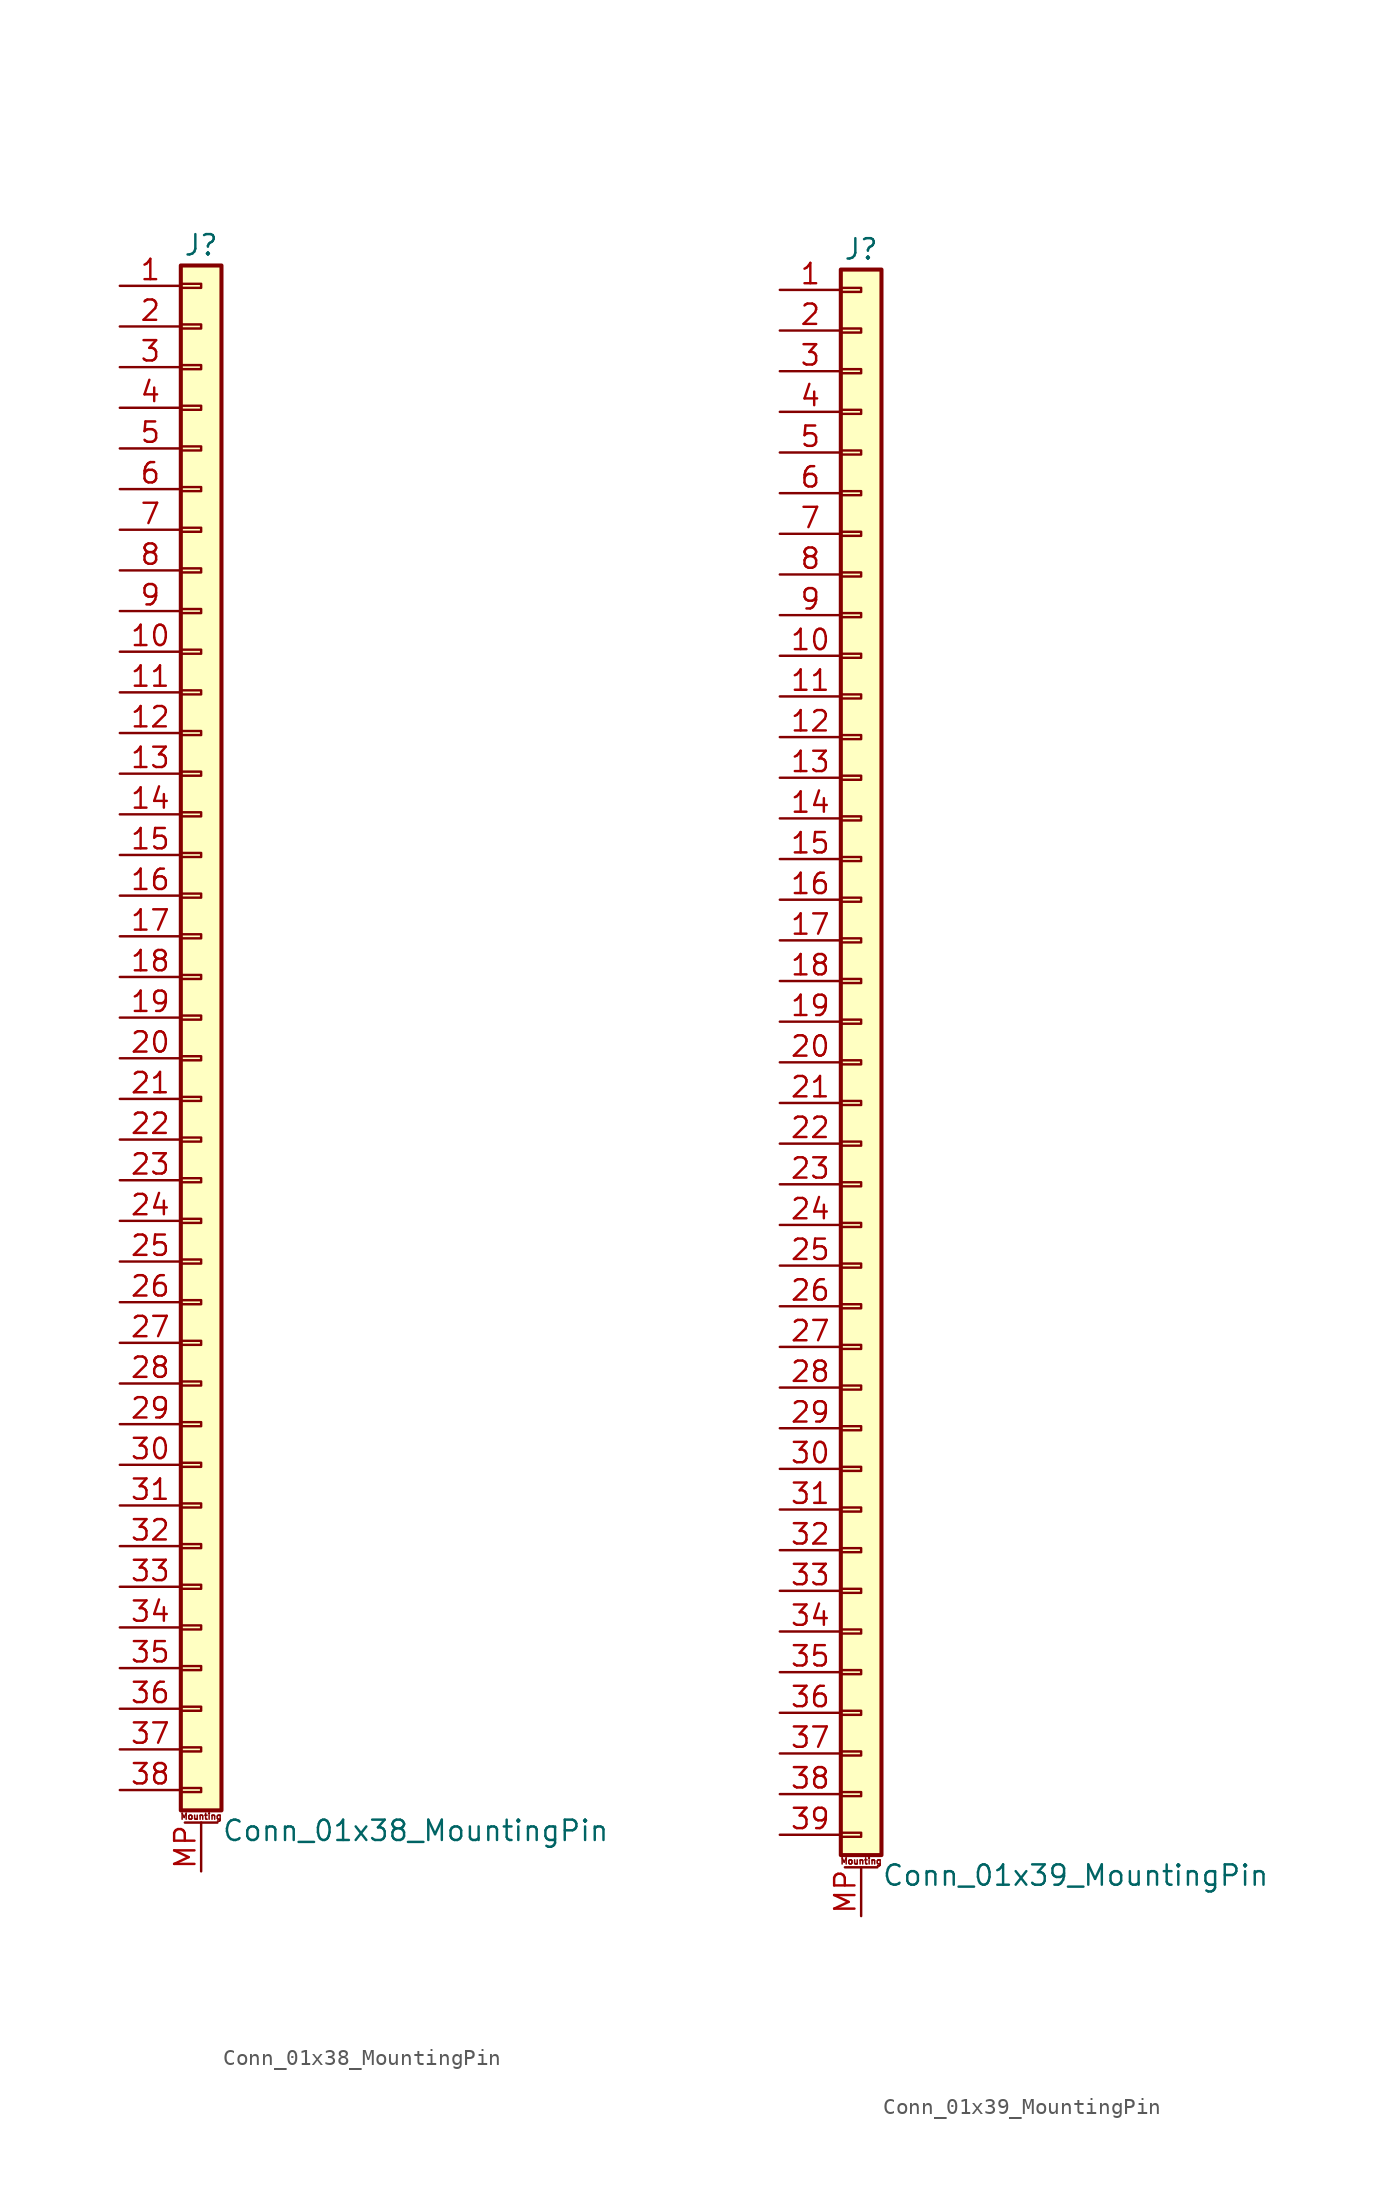
<source format=kicad_sym>
(kicad_symbol_lib
  (version 20201005)
  (generator kicad_symbol_editor)
  (symbol "Connector_Generic_MountingPin:Conn_01x38_MountingPin"
    (pin_names
      (offset 1.016) hide)
    (property "Reference" "J"
      (at 0 48.26 0)
      (effects (font (size 1.27 1.27))))
    (property "Value" "Conn_01x38_MountingPin"
      (at 1.27 -50.8 0)
      (effects (font (size 1.27 1.27)) (justify left)))
    (symbol "Conn_01x38_MountingPin_1_1"
      (text "Mounting" (at 0 -49.911 0) (effects (font (size 0.381 0.381))))
      (rectangle (start -1.27 -27.813) (end 0 -28.067) (stroke (width 0.152)) (fill (type none)))
      (rectangle (start -1.27 -30.353) (end 0 -30.607) (stroke (width 0.152)) (fill (type none)))
      (rectangle (start -1.27 -32.893) (end 0 -33.147) (stroke (width 0.152)) (fill (type none)))
      (rectangle (start -1.27 -35.433) (end 0 -35.687) (stroke (width 0.152)) (fill (type none)))
      (rectangle (start -1.27 -37.973) (end 0 -38.227) (stroke (width 0.152)) (fill (type none)))
      (rectangle (start -1.27 -40.513) (end 0 -40.767) (stroke (width 0.152)) (fill (type none)))
      (rectangle (start -1.27 -43.053) (end 0 -43.307) (stroke (width 0.152)) (fill (type none)))
      (rectangle (start -1.27 -45.593) (end 0 -45.847) (stroke (width 0.152)) (fill (type none)))
      (rectangle (start -1.27 -48.133) (end 0 -48.387) (stroke (width 0.152)) (fill (type none)))
      (rectangle (start -1.27 -4.953) (end 0 -5.207) (stroke (width 0.152)) (fill (type none)))
      (rectangle (start -1.27 -7.493) (end 0 -7.747) (stroke (width 0.152)) (fill (type none)))
      (rectangle (start -1.27 -10.033) (end 0 -10.287) (stroke (width 0.152)) (fill (type none)))
      (rectangle (start -1.27 -12.573) (end 0 -12.827) (stroke (width 0.152)) (fill (type none)))
      (rectangle (start -1.27 -15.113) (end 0 -15.367) (stroke (width 0.152)) (fill (type none)))
      (rectangle (start -1.27 -17.653) (end 0 -17.907) (stroke (width 0.152)) (fill (type none)))
      (rectangle (start -1.27 -20.193) (end 0 -20.447) (stroke (width 0.152)) (fill (type none)))
      (rectangle (start -1.27 -22.733) (end 0 -22.987) (stroke (width 0.152)) (fill (type none)))
      (rectangle (start -1.27 -2.413) (end 0 -2.667) (stroke (width 0.152)) (fill (type none)))
      (rectangle (start -1.27 -25.273) (end 0 -25.527) (stroke (width 0.152)) (fill (type none)))
      (rectangle (start -1.27 25.527) (end 0 25.273) (stroke (width 0.152)) (fill (type none)))
      (rectangle (start -1.27 2.667) (end 0 2.413) (stroke (width 0.152)) (fill (type none)))
      (rectangle (start -1.27 28.067) (end 0 27.813) (stroke (width 0.152)) (fill (type none)))
      (rectangle (start -1.27 30.607) (end 0 30.353) (stroke (width 0.152)) (fill (type none)))
      (rectangle (start -1.27 33.147) (end 0 32.893) (stroke (width 0.152)) (fill (type none)))
      (rectangle (start -1.27 35.687) (end 0 35.433) (stroke (width 0.152)) (fill (type none)))
      (rectangle (start -1.27 38.227) (end 0 37.973) (stroke (width 0.152)) (fill (type none)))
      (rectangle (start -1.27 40.767) (end 0 40.513) (stroke (width 0.152)) (fill (type none)))
      (rectangle (start -1.27 43.307) (end 0 43.053) (stroke (width 0.152)) (fill (type none)))
      (rectangle (start -1.27 45.847) (end 0 45.593) (stroke (width 0.152)) (fill (type none)))
      (rectangle (start -1.27 46.99) (end 1.27 -49.53) (stroke (width 0.254)) (fill (type background)))
      (rectangle (start -1.27 5.207) (end 0 4.953) (stroke (width 0.152)) (fill (type none)))
      (rectangle (start -1.27 7.747) (end 0 7.493) (stroke (width 0.152)) (fill (type none)))
      (rectangle (start -1.27 10.287) (end 0 10.033) (stroke (width 0.152)) (fill (type none)))
      (rectangle (start -1.27 0.127) (end 0 -0.127) (stroke (width 0.152)) (fill (type none)))
      (rectangle (start -1.27 12.827) (end 0 12.573) (stroke (width 0.152)) (fill (type none)))
      (rectangle (start -1.27 15.367) (end 0 15.113) (stroke (width 0.152)) (fill (type none)))
      (rectangle (start -1.27 17.907) (end 0 17.653) (stroke (width 0.152)) (fill (type none)))
      (rectangle (start -1.27 20.447) (end 0 20.193) (stroke (width 0.152)) (fill (type none)))
      (rectangle (start -1.27 22.987) (end 0 22.733) (stroke (width 0.152)) (fill (type none)))
      (polyline (pts (xy -1.016 -50.292) (xy 1.016 -50.292)) (stroke (width 0.152)) (fill (type none)))
      (pin passive line (at 0 -53.34 90) (length 3.048) (name "MountPin" (effects (font (size 1.27 1.27)))) (number "MP" (effects (font (size 1.27 1.27)))))
      (pin passive line (at -5.08 45.72 0) (length 3.81) (name "Pin_1" (effects (font (size 1.27 1.27)))) (number "1" (effects (font (size 1.27 1.27)))))
      (pin passive line (at -5.08 22.86 0) (length 3.81) (name "Pin_10" (effects (font (size 1.27 1.27)))) (number "10" (effects (font (size 1.27 1.27)))))
      (pin passive line (at -5.08 20.32 0) (length 3.81) (name "Pin_11" (effects (font (size 1.27 1.27)))) (number "11" (effects (font (size 1.27 1.27)))))
      (pin passive line (at -5.08 17.78 0) (length 3.81) (name "Pin_12" (effects (font (size 1.27 1.27)))) (number "12" (effects (font (size 1.27 1.27)))))
      (pin passive line (at -5.08 15.24 0) (length 3.81) (name "Pin_13" (effects (font (size 1.27 1.27)))) (number "13" (effects (font (size 1.27 1.27)))))
      (pin passive line (at -5.08 12.7 0) (length 3.81) (name "Pin_14" (effects (font (size 1.27 1.27)))) (number "14" (effects (font (size 1.27 1.27)))))
      (pin passive line (at -5.08 10.16 0) (length 3.81) (name "Pin_15" (effects (font (size 1.27 1.27)))) (number "15" (effects (font (size 1.27 1.27)))))
      (pin passive line (at -5.08 7.62 0) (length 3.81) (name "Pin_16" (effects (font (size 1.27 1.27)))) (number "16" (effects (font (size 1.27 1.27)))))
      (pin passive line (at -5.08 5.08 0) (length 3.81) (name "Pin_17" (effects (font (size 1.27 1.27)))) (number "17" (effects (font (size 1.27 1.27)))))
      (pin passive line (at -5.08 2.54 0) (length 3.81) (name "Pin_18" (effects (font (size 1.27 1.27)))) (number "18" (effects (font (size 1.27 1.27)))))
      (pin passive line (at -5.08 0 0) (length 3.81) (name "Pin_19" (effects (font (size 1.27 1.27)))) (number "19" (effects (font (size 1.27 1.27)))))
      (pin passive line (at -5.08 43.18 0) (length 3.81) (name "Pin_2" (effects (font (size 1.27 1.27)))) (number "2" (effects (font (size 1.27 1.27)))))
      (pin passive line (at -5.08 -2.54 0) (length 3.81) (name "Pin_20" (effects (font (size 1.27 1.27)))) (number "20" (effects (font (size 1.27 1.27)))))
      (pin passive line (at -5.08 -5.08 0) (length 3.81) (name "Pin_21" (effects (font (size 1.27 1.27)))) (number "21" (effects (font (size 1.27 1.27)))))
      (pin passive line (at -5.08 -7.62 0) (length 3.81) (name "Pin_22" (effects (font (size 1.27 1.27)))) (number "22" (effects (font (size 1.27 1.27)))))
      (pin passive line (at -5.08 -10.16 0) (length 3.81) (name "Pin_23" (effects (font (size 1.27 1.27)))) (number "23" (effects (font (size 1.27 1.27)))))
      (pin passive line (at -5.08 -12.7 0) (length 3.81) (name "Pin_24" (effects (font (size 1.27 1.27)))) (number "24" (effects (font (size 1.27 1.27)))))
      (pin passive line (at -5.08 -15.24 0) (length 3.81) (name "Pin_25" (effects (font (size 1.27 1.27)))) (number "25" (effects (font (size 1.27 1.27)))))
      (pin passive line (at -5.08 -17.78 0) (length 3.81) (name "Pin_26" (effects (font (size 1.27 1.27)))) (number "26" (effects (font (size 1.27 1.27)))))
      (pin passive line (at -5.08 -20.32 0) (length 3.81) (name "Pin_27" (effects (font (size 1.27 1.27)))) (number "27" (effects (font (size 1.27 1.27)))))
      (pin passive line (at -5.08 -22.86 0) (length 3.81) (name "Pin_28" (effects (font (size 1.27 1.27)))) (number "28" (effects (font (size 1.27 1.27)))))
      (pin passive line (at -5.08 -25.4 0) (length 3.81) (name "Pin_29" (effects (font (size 1.27 1.27)))) (number "29" (effects (font (size 1.27 1.27)))))
      (pin passive line (at -5.08 40.64 0) (length 3.81) (name "Pin_3" (effects (font (size 1.27 1.27)))) (number "3" (effects (font (size 1.27 1.27)))))
      (pin passive line (at -5.08 -27.94 0) (length 3.81) (name "Pin_30" (effects (font (size 1.27 1.27)))) (number "30" (effects (font (size 1.27 1.27)))))
      (pin passive line (at -5.08 -30.48 0) (length 3.81) (name "Pin_31" (effects (font (size 1.27 1.27)))) (number "31" (effects (font (size 1.27 1.27)))))
      (pin passive line (at -5.08 -33.02 0) (length 3.81) (name "Pin_32" (effects (font (size 1.27 1.27)))) (number "32" (effects (font (size 1.27 1.27)))))
      (pin passive line (at -5.08 -35.56 0) (length 3.81) (name "Pin_33" (effects (font (size 1.27 1.27)))) (number "33" (effects (font (size 1.27 1.27)))))
      (pin passive line (at -5.08 -38.1 0) (length 3.81) (name "Pin_34" (effects (font (size 1.27 1.27)))) (number "34" (effects (font (size 1.27 1.27)))))
      (pin passive line (at -5.08 -40.64 0) (length 3.81) (name "Pin_35" (effects (font (size 1.27 1.27)))) (number "35" (effects (font (size 1.27 1.27)))))
      (pin passive line (at -5.08 -43.18 0) (length 3.81) (name "Pin_36" (effects (font (size 1.27 1.27)))) (number "36" (effects (font (size 1.27 1.27)))))
      (pin passive line (at -5.08 -45.72 0) (length 3.81) (name "Pin_37" (effects (font (size 1.27 1.27)))) (number "37" (effects (font (size 1.27 1.27)))))
      (pin passive line (at -5.08 -48.26 0) (length 3.81) (name "Pin_38" (effects (font (size 1.27 1.27)))) (number "38" (effects (font (size 1.27 1.27)))))
      (pin passive line (at -5.08 38.1 0) (length 3.81) (name "Pin_4" (effects (font (size 1.27 1.27)))) (number "4" (effects (font (size 1.27 1.27)))))
      (pin passive line (at -5.08 35.56 0) (length 3.81) (name "Pin_5" (effects (font (size 1.27 1.27)))) (number "5" (effects (font (size 1.27 1.27)))))
      (pin passive line (at -5.08 33.02 0) (length 3.81) (name "Pin_6" (effects (font (size 1.27 1.27)))) (number "6" (effects (font (size 1.27 1.27)))))
      (pin passive line (at -5.08 30.48 0) (length 3.81) (name "Pin_7" (effects (font (size 1.27 1.27)))) (number "7" (effects (font (size 1.27 1.27)))))
      (pin passive line (at -5.08 27.94 0) (length 3.81) (name "Pin_8" (effects (font (size 1.27 1.27)))) (number "8" (effects (font (size 1.27 1.27)))))
      (pin passive line (at -5.08 25.4 0) (length 3.81) (name "Pin_9" (effects (font (size 1.27 1.27)))) (number "9" (effects (font (size 1.27 1.27)))))))
  (symbol "Connector_Generic_MountingPin:Conn_01x39_MountingPin"
    (pin_names
      (offset 1.016) hide)
    (property "Reference" "J"
      (at 0 50.8 0)
      (effects (font (size 1.27 1.27))))
    (property "Value" "Conn_01x39_MountingPin"
      (at 1.27 -50.8 0)
      (effects (font (size 1.27 1.27)) (justify left)))
    (symbol "Conn_01x39_MountingPin_1_1"
      (text "Mounting" (at 0 -49.911 0) (effects (font (size 0.381 0.381))))
      (rectangle (start -1.27 -27.813) (end 0 -28.067) (stroke (width 0.152)) (fill (type none)))
      (rectangle (start -1.27 -30.353) (end 0 -30.607) (stroke (width 0.152)) (fill (type none)))
      (rectangle (start -1.27 -32.893) (end 0 -33.147) (stroke (width 0.152)) (fill (type none)))
      (rectangle (start -1.27 -35.433) (end 0 -35.687) (stroke (width 0.152)) (fill (type none)))
      (rectangle (start -1.27 -37.973) (end 0 -38.227) (stroke (width 0.152)) (fill (type none)))
      (rectangle (start -1.27 -40.513) (end 0 -40.767) (stroke (width 0.152)) (fill (type none)))
      (rectangle (start -1.27 -43.053) (end 0 -43.307) (stroke (width 0.152)) (fill (type none)))
      (rectangle (start -1.27 -45.593) (end 0 -45.847) (stroke (width 0.152)) (fill (type none)))
      (rectangle (start -1.27 -48.133) (end 0 -48.387) (stroke (width 0.152)) (fill (type none)))
      (rectangle (start -1.27 -4.953) (end 0 -5.207) (stroke (width 0.152)) (fill (type none)))
      (rectangle (start -1.27 -7.493) (end 0 -7.747) (stroke (width 0.152)) (fill (type none)))
      (rectangle (start -1.27 -10.033) (end 0 -10.287) (stroke (width 0.152)) (fill (type none)))
      (rectangle (start -1.27 -12.573) (end 0 -12.827) (stroke (width 0.152)) (fill (type none)))
      (rectangle (start -1.27 -15.113) (end 0 -15.367) (stroke (width 0.152)) (fill (type none)))
      (rectangle (start -1.27 -17.653) (end 0 -17.907) (stroke (width 0.152)) (fill (type none)))
      (rectangle (start -1.27 -20.193) (end 0 -20.447) (stroke (width 0.152)) (fill (type none)))
      (rectangle (start -1.27 -22.733) (end 0 -22.987) (stroke (width 0.152)) (fill (type none)))
      (rectangle (start -1.27 -2.413) (end 0 -2.667) (stroke (width 0.152)) (fill (type none)))
      (rectangle (start -1.27 -25.273) (end 0 -25.527) (stroke (width 0.152)) (fill (type none)))
      (rectangle (start -1.27 25.527) (end 0 25.273) (stroke (width 0.152)) (fill (type none)))
      (rectangle (start -1.27 2.667) (end 0 2.413) (stroke (width 0.152)) (fill (type none)))
      (rectangle (start -1.27 28.067) (end 0 27.813) (stroke (width 0.152)) (fill (type none)))
      (rectangle (start -1.27 30.607) (end 0 30.353) (stroke (width 0.152)) (fill (type none)))
      (rectangle (start -1.27 33.147) (end 0 32.893) (stroke (width 0.152)) (fill (type none)))
      (rectangle (start -1.27 35.687) (end 0 35.433) (stroke (width 0.152)) (fill (type none)))
      (rectangle (start -1.27 38.227) (end 0 37.973) (stroke (width 0.152)) (fill (type none)))
      (rectangle (start -1.27 40.767) (end 0 40.513) (stroke (width 0.152)) (fill (type none)))
      (rectangle (start -1.27 43.307) (end 0 43.053) (stroke (width 0.152)) (fill (type none)))
      (rectangle (start -1.27 45.847) (end 0 45.593) (stroke (width 0.152)) (fill (type none)))
      (rectangle (start -1.27 48.387) (end 0 48.133) (stroke (width 0.152)) (fill (type none)))
      (rectangle (start -1.27 49.53) (end 1.27 -49.53) (stroke (width 0.254)) (fill (type background)))
      (rectangle (start -1.27 5.207) (end 0 4.953) (stroke (width 0.152)) (fill (type none)))
      (rectangle (start -1.27 7.747) (end 0 7.493) (stroke (width 0.152)) (fill (type none)))
      (rectangle (start -1.27 10.287) (end 0 10.033) (stroke (width 0.152)) (fill (type none)))
      (rectangle (start -1.27 0.127) (end 0 -0.127) (stroke (width 0.152)) (fill (type none)))
      (rectangle (start -1.27 12.827) (end 0 12.573) (stroke (width 0.152)) (fill (type none)))
      (rectangle (start -1.27 15.367) (end 0 15.113) (stroke (width 0.152)) (fill (type none)))
      (rectangle (start -1.27 17.907) (end 0 17.653) (stroke (width 0.152)) (fill (type none)))
      (rectangle (start -1.27 20.447) (end 0 20.193) (stroke (width 0.152)) (fill (type none)))
      (rectangle (start -1.27 22.987) (end 0 22.733) (stroke (width 0.152)) (fill (type none)))
      (polyline (pts (xy -1.016 -50.292) (xy 1.016 -50.292)) (stroke (width 0.152)) (fill (type none)))
      (pin passive line (at 0 -53.34 90) (length 3.048) (name "MountPin" (effects (font (size 1.27 1.27)))) (number "MP" (effects (font (size 1.27 1.27)))))
      (pin passive line (at -5.08 48.26 0) (length 3.81) (name "Pin_1" (effects (font (size 1.27 1.27)))) (number "1" (effects (font (size 1.27 1.27)))))
      (pin passive line (at -5.08 25.4 0) (length 3.81) (name "Pin_10" (effects (font (size 1.27 1.27)))) (number "10" (effects (font (size 1.27 1.27)))))
      (pin passive line (at -5.08 22.86 0) (length 3.81) (name "Pin_11" (effects (font (size 1.27 1.27)))) (number "11" (effects (font (size 1.27 1.27)))))
      (pin passive line (at -5.08 20.32 0) (length 3.81) (name "Pin_12" (effects (font (size 1.27 1.27)))) (number "12" (effects (font (size 1.27 1.27)))))
      (pin passive line (at -5.08 17.78 0) (length 3.81) (name "Pin_13" (effects (font (size 1.27 1.27)))) (number "13" (effects (font (size 1.27 1.27)))))
      (pin passive line (at -5.08 15.24 0) (length 3.81) (name "Pin_14" (effects (font (size 1.27 1.27)))) (number "14" (effects (font (size 1.27 1.27)))))
      (pin passive line (at -5.08 12.7 0) (length 3.81) (name "Pin_15" (effects (font (size 1.27 1.27)))) (number "15" (effects (font (size 1.27 1.27)))))
      (pin passive line (at -5.08 10.16 0) (length 3.81) (name "Pin_16" (effects (font (size 1.27 1.27)))) (number "16" (effects (font (size 1.27 1.27)))))
      (pin passive line (at -5.08 7.62 0) (length 3.81) (name "Pin_17" (effects (font (size 1.27 1.27)))) (number "17" (effects (font (size 1.27 1.27)))))
      (pin passive line (at -5.08 5.08 0) (length 3.81) (name "Pin_18" (effects (font (size 1.27 1.27)))) (number "18" (effects (font (size 1.27 1.27)))))
      (pin passive line (at -5.08 2.54 0) (length 3.81) (name "Pin_19" (effects (font (size 1.27 1.27)))) (number "19" (effects (font (size 1.27 1.27)))))
      (pin passive line (at -5.08 45.72 0) (length 3.81) (name "Pin_2" (effects (font (size 1.27 1.27)))) (number "2" (effects (font (size 1.27 1.27)))))
      (pin passive line (at -5.08 0 0) (length 3.81) (name "Pin_20" (effects (font (size 1.27 1.27)))) (number "20" (effects (font (size 1.27 1.27)))))
      (pin passive line (at -5.08 -2.54 0) (length 3.81) (name "Pin_21" (effects (font (size 1.27 1.27)))) (number "21" (effects (font (size 1.27 1.27)))))
      (pin passive line (at -5.08 -5.08 0) (length 3.81) (name "Pin_22" (effects (font (size 1.27 1.27)))) (number "22" (effects (font (size 1.27 1.27)))))
      (pin passive line (at -5.08 -7.62 0) (length 3.81) (name "Pin_23" (effects (font (size 1.27 1.27)))) (number "23" (effects (font (size 1.27 1.27)))))
      (pin passive line (at -5.08 -10.16 0) (length 3.81) (name "Pin_24" (effects (font (size 1.27 1.27)))) (number "24" (effects (font (size 1.27 1.27)))))
      (pin passive line (at -5.08 -12.7 0) (length 3.81) (name "Pin_25" (effects (font (size 1.27 1.27)))) (number "25" (effects (font (size 1.27 1.27)))))
      (pin passive line (at -5.08 -15.24 0) (length 3.81) (name "Pin_26" (effects (font (size 1.27 1.27)))) (number "26" (effects (font (size 1.27 1.27)))))
      (pin passive line (at -5.08 -17.78 0) (length 3.81) (name "Pin_27" (effects (font (size 1.27 1.27)))) (number "27" (effects (font (size 1.27 1.27)))))
      (pin passive line (at -5.08 -20.32 0) (length 3.81) (name "Pin_28" (effects (font (size 1.27 1.27)))) (number "28" (effects (font (size 1.27 1.27)))))
      (pin passive line (at -5.08 -22.86 0) (length 3.81) (name "Pin_29" (effects (font (size 1.27 1.27)))) (number "29" (effects (font (size 1.27 1.27)))))
      (pin passive line (at -5.08 43.18 0) (length 3.81) (name "Pin_3" (effects (font (size 1.27 1.27)))) (number "3" (effects (font (size 1.27 1.27)))))
      (pin passive line (at -5.08 -25.4 0) (length 3.81) (name "Pin_30" (effects (font (size 1.27 1.27)))) (number "30" (effects (font (size 1.27 1.27)))))
      (pin passive line (at -5.08 -27.94 0) (length 3.81) (name "Pin_31" (effects (font (size 1.27 1.27)))) (number "31" (effects (font (size 1.27 1.27)))))
      (pin passive line (at -5.08 -30.48 0) (length 3.81) (name "Pin_32" (effects (font (size 1.27 1.27)))) (number "32" (effects (font (size 1.27 1.27)))))
      (pin passive line (at -5.08 -33.02 0) (length 3.81) (name "Pin_33" (effects (font (size 1.27 1.27)))) (number "33" (effects (font (size 1.27 1.27)))))
      (pin passive line (at -5.08 -35.56 0) (length 3.81) (name "Pin_34" (effects (font (size 1.27 1.27)))) (number "34" (effects (font (size 1.27 1.27)))))
      (pin passive line (at -5.08 -38.1 0) (length 3.81) (name "Pin_35" (effects (font (size 1.27 1.27)))) (number "35" (effects (font (size 1.27 1.27)))))
      (pin passive line (at -5.08 -40.64 0) (length 3.81) (name "Pin_36" (effects (font (size 1.27 1.27)))) (number "36" (effects (font (size 1.27 1.27)))))
      (pin passive line (at -5.08 -43.18 0) (length 3.81) (name "Pin_37" (effects (font (size 1.27 1.27)))) (number "37" (effects (font (size 1.27 1.27)))))
      (pin passive line (at -5.08 -45.72 0) (length 3.81) (name "Pin_38" (effects (font (size 1.27 1.27)))) (number "38" (effects (font (size 1.27 1.27)))))
      (pin passive line (at -5.08 -48.26 0) (length 3.81) (name "Pin_39" (effects (font (size 1.27 1.27)))) (number "39" (effects (font (size 1.27 1.27)))))
      (pin passive line (at -5.08 40.64 0) (length 3.81) (name "Pin_4" (effects (font (size 1.27 1.27)))) (number "4" (effects (font (size 1.27 1.27)))))
      (pin passive line (at -5.08 38.1 0) (length 3.81) (name "Pin_5" (effects (font (size 1.27 1.27)))) (number "5" (effects (font (size 1.27 1.27)))))
      (pin passive line (at -5.08 35.56 0) (length 3.81) (name "Pin_6" (effects (font (size 1.27 1.27)))) (number "6" (effects (font (size 1.27 1.27)))))
      (pin passive line (at -5.08 33.02 0) (length 3.81) (name "Pin_7" (effects (font (size 1.27 1.27)))) (number "7" (effects (font (size 1.27 1.27)))))
      (pin passive line (at -5.08 30.48 0) (length 3.81) (name "Pin_8" (effects (font (size 1.27 1.27)))) (number "8" (effects (font (size 1.27 1.27)))))
      (pin passive line (at -5.08 27.94 0) (length 3.81) (name "Pin_9" (effects (font (size 1.27 1.27)))) (number "9" (effects (font (size 1.27 1.27))))))))
</source>
